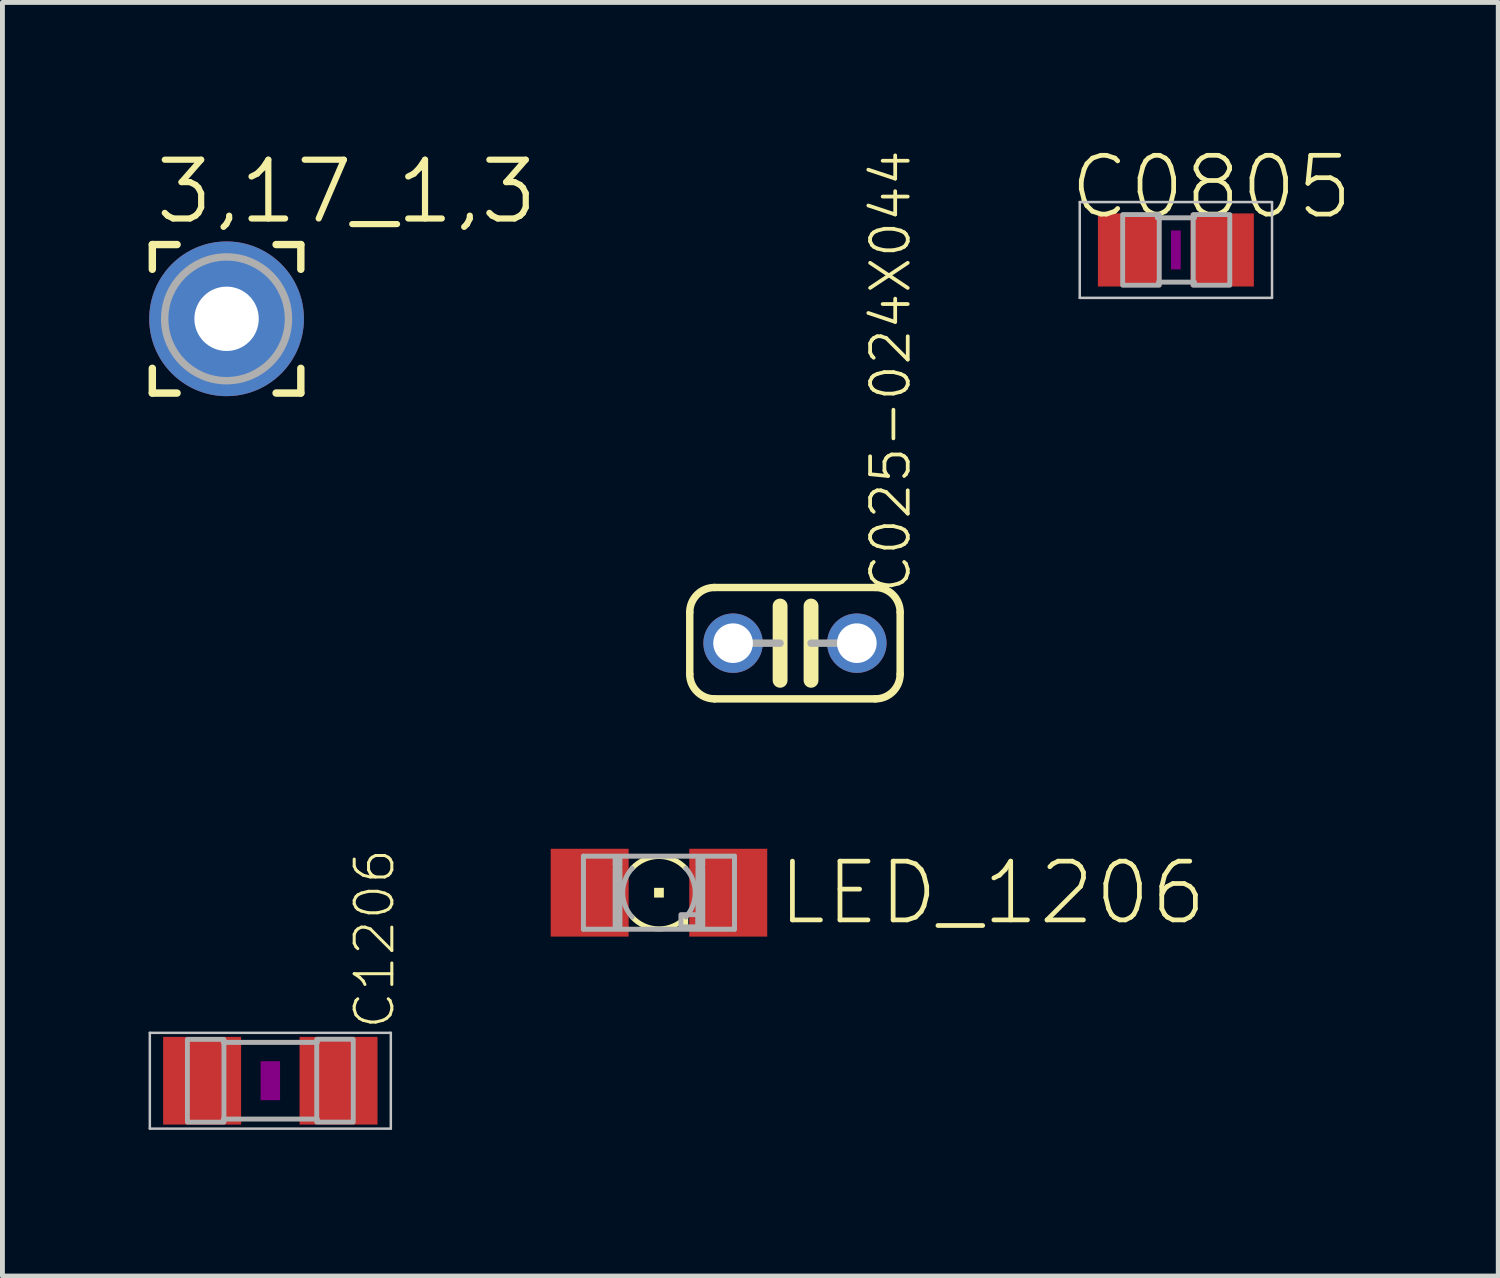
<source format=kicad_pcb>
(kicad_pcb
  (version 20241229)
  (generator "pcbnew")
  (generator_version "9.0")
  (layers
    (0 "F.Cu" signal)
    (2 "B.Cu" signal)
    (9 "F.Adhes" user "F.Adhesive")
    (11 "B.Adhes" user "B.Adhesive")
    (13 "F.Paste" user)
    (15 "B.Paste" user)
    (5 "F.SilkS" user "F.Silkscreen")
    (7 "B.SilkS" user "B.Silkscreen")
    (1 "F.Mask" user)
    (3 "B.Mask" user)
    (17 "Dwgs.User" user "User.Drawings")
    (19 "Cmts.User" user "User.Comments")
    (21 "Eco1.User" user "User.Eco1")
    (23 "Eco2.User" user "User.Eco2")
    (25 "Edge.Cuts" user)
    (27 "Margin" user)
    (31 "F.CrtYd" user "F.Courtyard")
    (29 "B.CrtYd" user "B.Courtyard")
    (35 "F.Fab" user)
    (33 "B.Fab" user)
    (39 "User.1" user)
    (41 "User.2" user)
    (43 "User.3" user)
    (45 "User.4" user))
  (footprint "LED_1206"
    (layer "F.Cu")
    (at 10.474 15.271)
    (property "Reference" "LED_1206" (at 2.388 0.711 0) (layer "F.SilkS") (effects (font (size 1.206 1.206) (thickness 0.097)) (justify left bottom)))
    (attr through_hole)
    (fp_arc (start -0.55 -0.5) (mid 0 -0.743303) (end 0.55 -0.5) (stroke (width 0.1016) (type solid)) (layer "F.SilkS"))
    (fp_arc (start 0.55 0.5) (mid 0 0.743303) (end -0.55 0.5) (stroke (width 0.1016) (type solid)) (layer "F.SilkS"))
    (fp_poly (pts (xy -0.1 0.1) (xy 0.1 0.1) (xy 0.1 -0.1) (xy -0.1 -0.1)) (stroke (width 0) (type solid)) (fill yes) (layer "F.SilkS"))
    (fp_poly (pts (xy 0.45 0.7) (xy 0.6 0.7) (xy 0.6 0.45) (xy 0.45 0.45)) (stroke (width 0) (type solid)) (fill yes) (layer "F.SilkS"))
    (fp_line (start -1.55 -0.75) (end 1.55 -0.75) (stroke (width 0.102) (type solid)) (layer "F.Fab"))
    (fp_line (start -1.55 0.75) (end -1.55 -0.75) (stroke (width 0.102) (type solid)) (layer "F.Fab"))
    (fp_line (start 1.55 -0.75) (end 1.55 0.75) (stroke (width 0.102) (type solid)) (layer "F.Fab"))
    (fp_line (start 1.55 0.75) (end -1.55 0.75) (stroke (width 0.102) (type solid)) (layer "F.Fab"))
    (fp_arc (start -0.55 0.5) (mid -0.743303 0) (end -0.55 -0.5) (stroke (width 0.1016) (type solid)) (layer "F.Fab"))
    (fp_arc (start 0.55 -0.5) (mid 0.743303 0) (end 0.55 0.5) (stroke (width 0.1016) (type solid)) (layer "F.Fab"))
    (fp_poly (pts (xy -0.9 -0.55) (xy -0.8 -0.55) (xy -0.8 -0.7) (xy -0.9 -0.7)) (stroke (width 0.1) (type solid)) (fill no) (layer "F.Fab"))
    (fp_poly (pts (xy -0.9 0.7) (xy -0.8 0.7) (xy -0.8 -0.5) (xy -0.9 -0.5)) (stroke (width 0.1) (type solid)) (fill no) (layer "F.Fab"))
    (fp_poly (pts (xy 0.45 0.7) (xy 0.8 0.7) (xy 0.8 0.45) (xy 0.45 0.45)) (stroke (width 0.1) (type solid)) (fill no) (layer "F.Fab"))
    (fp_poly (pts (xy 0.8 -0.55) (xy 0.9 -0.55) (xy 0.9 -0.7) (xy 0.8 -0.7)) (stroke (width 0.1) (type solid)) (fill no) (layer "F.Fab"))
    (fp_poly (pts (xy 0.8 0.7) (xy 0.9 0.7) (xy 0.9 -0.5) (xy 0.8 -0.5)) (stroke (width 0.1) (type solid)) (fill no) (layer "F.Fab"))
    (pad "A" smd rect (at -1.422 0) (size 1.6 1.803) (layers "F.Cu" "F.Mask" "F.Paste"))
    (pad "C" smd rect (at 1.422 0) (size 1.6 1.803) (layers "F.Cu" "F.Mask" "F.Paste")))
  (footprint "C1206"
    (layer "F.Cu")
    (at 2.498 19.13)
    (property "Reference" "C1206" (at 2.591 -1.016 270) (layer "F.SilkS") (effects (font (size 0.772 0.772) (thickness 0.062)) (justify left bottom)))
    (attr through_hole)
    (fp_poly (pts (xy -0.2 0.4) (xy 0.2 0.4) (xy 0.2 -0.4) (xy -0.2 -0.4)) (stroke (width 0) (type solid)) (fill yes) (layer "F.Adhes"))
    (fp_line (start -2.473 -0.983) (end 2.473 -0.983) (stroke (width 0.051) (type solid)) (layer "Dwgs.User"))
    (fp_line (start -2.473 0.983) (end -2.473 -0.983) (stroke (width 0.051) (type solid)) (layer "Dwgs.User"))
    (fp_line (start 2.473 -0.983) (end 2.473 0.983) (stroke (width 0.051) (type solid)) (layer "Dwgs.User"))
    (fp_line (start 2.473 0.983) (end -2.473 0.983) (stroke (width 0.051) (type solid)) (layer "Dwgs.User"))
    (fp_line (start -0.965 -0.787) (end 0.965 -0.787) (stroke (width 0.102) (type solid)) (layer "F.Fab"))
    (fp_line (start -0.965 0.787) (end 0.965 0.787) (stroke (width 0.102) (type solid)) (layer "F.Fab"))
    (fp_poly (pts (xy -1.702 0.851) (xy -0.952 0.851) (xy -0.952 -0.849) (xy -1.702 -0.849)) (stroke (width 0.1) (type solid)) (fill no) (layer "F.Fab"))
    (fp_poly (pts (xy 0.952 0.849) (xy 1.702 0.849) (xy 1.702 -0.851) (xy 0.952 -0.851)) (stroke (width 0.1) (type solid)) (fill no) (layer "F.Fab"))
    (pad "1" smd rect (at -1.4 0) (size 1.6 1.8) (layers "F.Cu" "F.Mask" "F.Paste"))
    (pad "2" smd rect (at 1.4 0) (size 1.6 1.8) (layers "F.Cu" "F.Mask" "F.Paste")))
  (footprint "3,17_1,3"
    (layer "F.Cu")
    (at 1.6 3.493)
    (property "Reference" "3,17_1,3" (at -1.524 -1.905 0) (layer "F.SilkS") (effects (font (size 1.206 1.206) (thickness 0.127)) (justify left bottom)))
    (attr through_hole)
    (fp_line (start -1.524 -1.524) (end -1.016 -1.524) (stroke (width 0.152) (type solid)) (layer "F.SilkS"))
    (fp_line (start -1.524 -1.016) (end -1.524 -1.524) (stroke (width 0.152) (type solid)) (layer "F.SilkS"))
    (fp_line (start -1.524 1.524) (end -1.524 1.016) (stroke (width 0.152) (type solid)) (layer "F.SilkS"))
    (fp_line (start -1.016 1.524) (end -1.524 1.524) (stroke (width 0.152) (type solid)) (layer "F.SilkS"))
    (fp_line (start 1.016 -1.524) (end 1.524 -1.524) (stroke (width 0.152) (type solid)) (layer "F.SilkS"))
    (fp_line (start 1.524 -1.524) (end 1.524 -1.016) (stroke (width 0.152) (type solid)) (layer "F.SilkS"))
    (fp_line (start 1.524 1.016) (end 1.524 1.524) (stroke (width 0.152) (type solid)) (layer "F.SilkS"))
    (fp_line (start 1.524 1.524) (end 1.016 1.524) (stroke (width 0.152) (type solid)) (layer "F.SilkS"))
    (fp_circle (center 0 0) (end 1.27 0) (stroke (width 0.152) (type solid)) (fill no) (layer "F.Fab"))
    (pad "1" thru_hole circle (at 0 0) (size 3.175 3.175) (drill 1.321) (layers "*.Cu" "*.Mask")))
  (footprint "C025-024X044"
    (layer "F.Cu")
    (at 13.265 10.15)
    (property "Reference" "C025-024X044" (at 2.413 -0.991 270) (layer "F.SilkS") (effects (font (size 0.772 0.772) (thickness 0.077)) (justify left bottom)))
    (attr through_hole)
    (fp_line (start -2.159 0.635) (end -2.159 -0.635) (stroke (width 0.152) (type solid)) (layer "F.SilkS"))
    (fp_line (start -0.305 -0.762) (end -0.305 0.762) (stroke (width 0.305) (type solid)) (layer "F.SilkS"))
    (fp_line (start 0.33 -0.762) (end 0.33 0.762) (stroke (width 0.305) (type solid)) (layer "F.SilkS"))
    (fp_line (start 1.651 -1.143) (end -1.651 -1.143) (stroke (width 0.152) (type solid)) (layer "F.SilkS"))
    (fp_line (start 1.651 1.143) (end -1.651 1.143) (stroke (width 0.152) (type solid)) (layer "F.SilkS"))
    (fp_line (start 2.159 0.635) (end 2.159 -0.635) (stroke (width 0.152) (type solid)) (layer "F.SilkS"))
    (fp_arc (start -2.159 -0.635) (mid -2.01021 -0.99421) (end -1.651 -1.143) (stroke (width 0.1524) (type solid)) (layer "F.SilkS"))
    (fp_arc (start -1.651 1.143) (mid -2.01021 0.99421) (end -2.159 0.635) (stroke (width 0.1524) (type solid)) (layer "F.SilkS"))
    (fp_arc (start 1.651 -1.143) (mid 2.01021 -0.99421) (end 2.159 -0.635) (stroke (width 0.1524) (type solid)) (layer "F.SilkS"))
    (fp_arc (start 2.159 0.635) (mid 2.01021 0.99421) (end 1.651 1.143) (stroke (width 0.1524) (type solid)) (layer "F.SilkS"))
    (fp_line (start -1.27 0) (end -0.305 0) (stroke (width 0.152) (type solid)) (layer "F.Fab"))
    (fp_line (start 1.27 0) (end 0.33 0) (stroke (width 0.152) (type solid)) (layer "F.Fab"))
    (pad "1" thru_hole circle (at -1.27 0) (size 1.219 1.219) (drill 0.813) (layers "*.Cu" "*.Mask"))
    (pad "2" thru_hole circle (at 1.27 0) (size 1.219 1.219) (drill 0.813) (layers "*.Cu" "*.Mask")))
  (footprint "C0805"
    (layer "F.Cu")
    (at 21.083 2.08)
    (property "Reference" "C0805" (at -2.235 -0.584 180) (layer "F.SilkS") (effects (font (size 1.206 1.206) (thickness 0.097)) (justify left bottom)))
    (attr through_hole)
    (fp_poly (pts (xy -0.1 0.4) (xy 0.1 0.4) (xy 0.1 -0.4) (xy -0.1 -0.4)) (stroke (width 0) (type solid)) (fill yes) (layer "F.Adhes"))
    (fp_line (start -1.973 -0.983) (end 1.973 -0.983) (stroke (width 0.051) (type solid)) (layer "Dwgs.User"))
    (fp_line (start -1.973 0.983) (end -1.973 -0.983) (stroke (width 0.051) (type solid)) (layer "Dwgs.User"))
    (fp_line (start 1.973 -0.983) (end 1.973 0.983) (stroke (width 0.051) (type solid)) (layer "Dwgs.User"))
    (fp_line (start 1.973 0.983) (end -1.973 0.983) (stroke (width 0.051) (type solid)) (layer "Dwgs.User"))
    (fp_line (start -0.381 -0.66) (end 0.381 -0.66) (stroke (width 0.102) (type solid)) (layer "F.Fab"))
    (fp_line (start -0.356 0.66) (end 0.381 0.66) (stroke (width 0.102) (type solid)) (layer "F.Fab"))
    (fp_poly (pts (xy -1.092 0.724) (xy -0.342 0.724) (xy -0.342 -0.726) (xy -1.092 -0.726)) (stroke (width 0.1) (type solid)) (fill no) (layer "F.Fab"))
    (fp_poly (pts (xy 0.356 0.724) (xy 1.106 0.724) (xy 1.106 -0.726) (xy 0.356 -0.726)) (stroke (width 0.1) (type solid)) (fill no) (layer "F.Fab"))
    (pad "1" smd rect (at -0.95 0) (size 1.3 1.5) (layers "F.Cu" "F.Mask" "F.Paste"))
    (pad "2" smd rect (at 0.95 0) (size 1.3 1.5) (layers "F.Cu" "F.Mask" "F.Paste")))
  (gr_rect
    (start -3 -3)
    (end 27.699 23.138)
    (stroke (width 0.1) (type default))
    (fill no)
    (layer "Edge.Cuts")))
</source>
